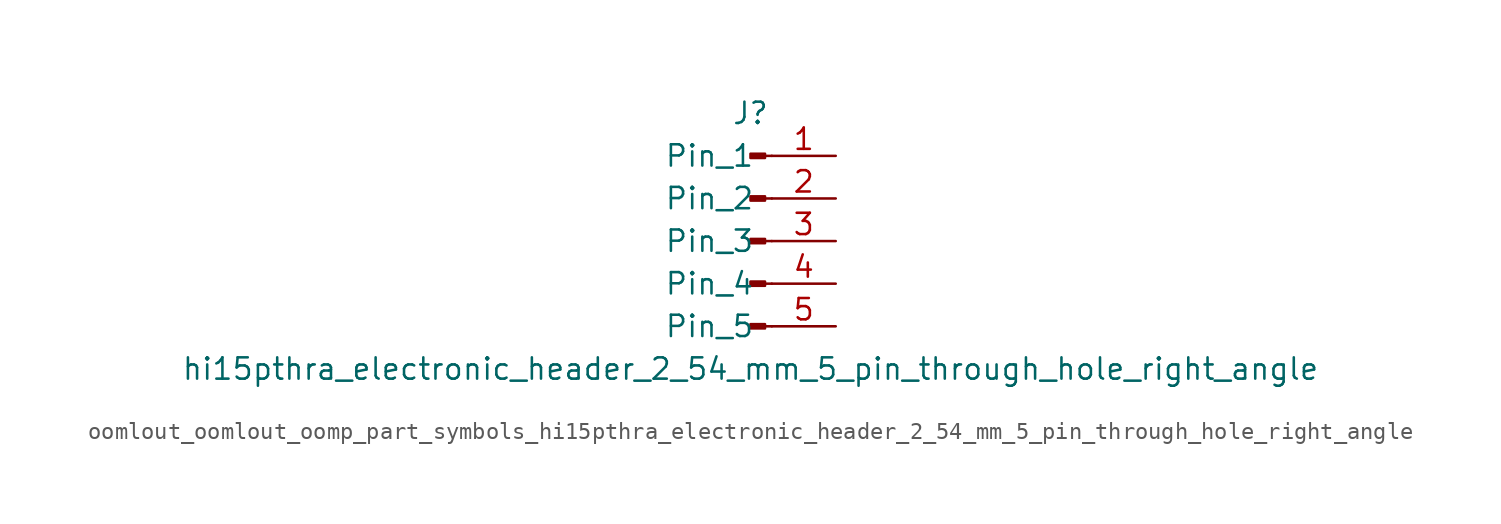
<source format=kicad_sym>
(kicad_symbol_lib
  (version 20220914)
  (generator kicad_symbol_editor)
  (symbol "oomlout_oomlout_oomp_part_symbols_hi15pthra_electronic_header_2_54_mm_5_pin_through_hole_right_angle"
    (pin_names
      (offset 1.016))
    (property "Reference" "J"
      (at 0 7.62 0)
      (effects (font (size 1.27 1.27))))
    (property "Value" "hi15pthra_electronic_header_2_54_mm_5_pin_through_hole_right_angle"
      (at 0 -7.62 0)
      (effects (font (size 1.27 1.27))))
    (property "ki_locked" ""
      (at 0 0 0)
      (effects (font (size 1.27 1.27))))
    (symbol "oomlout_oomlout_oomp_part_symbols_hi15pthra_electronic_header_2_54_mm_5_pin_through_hole_right_angle_1_1"
      (polyline (pts (xy 1.27 -5.08) (xy 0.864 -5.08)) (stroke (width 0.152) (type default)) (fill (type none)))
      (polyline (pts (xy 1.27 -2.54) (xy 0.864 -2.54)) (stroke (width 0.152) (type default)) (fill (type none)))
      (polyline (pts (xy 1.27 0) (xy 0.864 0)) (stroke (width 0.152) (type default)) (fill (type none)))
      (polyline (pts (xy 1.27 2.54) (xy 0.864 2.54)) (stroke (width 0.152) (type default)) (fill (type none)))
      (polyline (pts (xy 1.27 5.08) (xy 0.864 5.08)) (stroke (width 0.152) (type default)) (fill (type none)))
      (rectangle (start 0.864 -4.953) (end 0 -5.207) (stroke (width 0.152) (type default)) (fill (type outline)))
      (rectangle (start 0.864 -2.413) (end 0 -2.667) (stroke (width 0.152) (type default)) (fill (type outline)))
      (rectangle (start 0.864 0.127) (end 0 -0.127) (stroke (width 0.152) (type default)) (fill (type outline)))
      (rectangle (start 0.864 2.667) (end 0 2.413) (stroke (width 0.152) (type default)) (fill (type outline)))
      (rectangle (start 0.864 5.207) (end 0 4.953) (stroke (width 0.152) (type default)) (fill (type outline)))
      (pin passive line (at 5.08 5.08 180) (length 3.81) (name "Pin_1" (effects (font (size 1.27 1.27)))) (number "1" (effects (font (size 1.27 1.27)))))
      (pin passive line (at 5.08 2.54 180) (length 3.81) (name "Pin_2" (effects (font (size 1.27 1.27)))) (number "2" (effects (font (size 1.27 1.27)))))
      (pin passive line (at 5.08 0 180) (length 3.81) (name "Pin_3" (effects (font (size 1.27 1.27)))) (number "3" (effects (font (size 1.27 1.27)))))
      (pin passive line (at 5.08 -2.54 180) (length 3.81) (name "Pin_4" (effects (font (size 1.27 1.27)))) (number "4" (effects (font (size 1.27 1.27)))))
      (pin passive line (at 5.08 -5.08 180) (length 3.81) (name "Pin_5" (effects (font (size 1.27 1.27)))) (number "5" (effects (font (size 1.27 1.27))))))))
</source>
